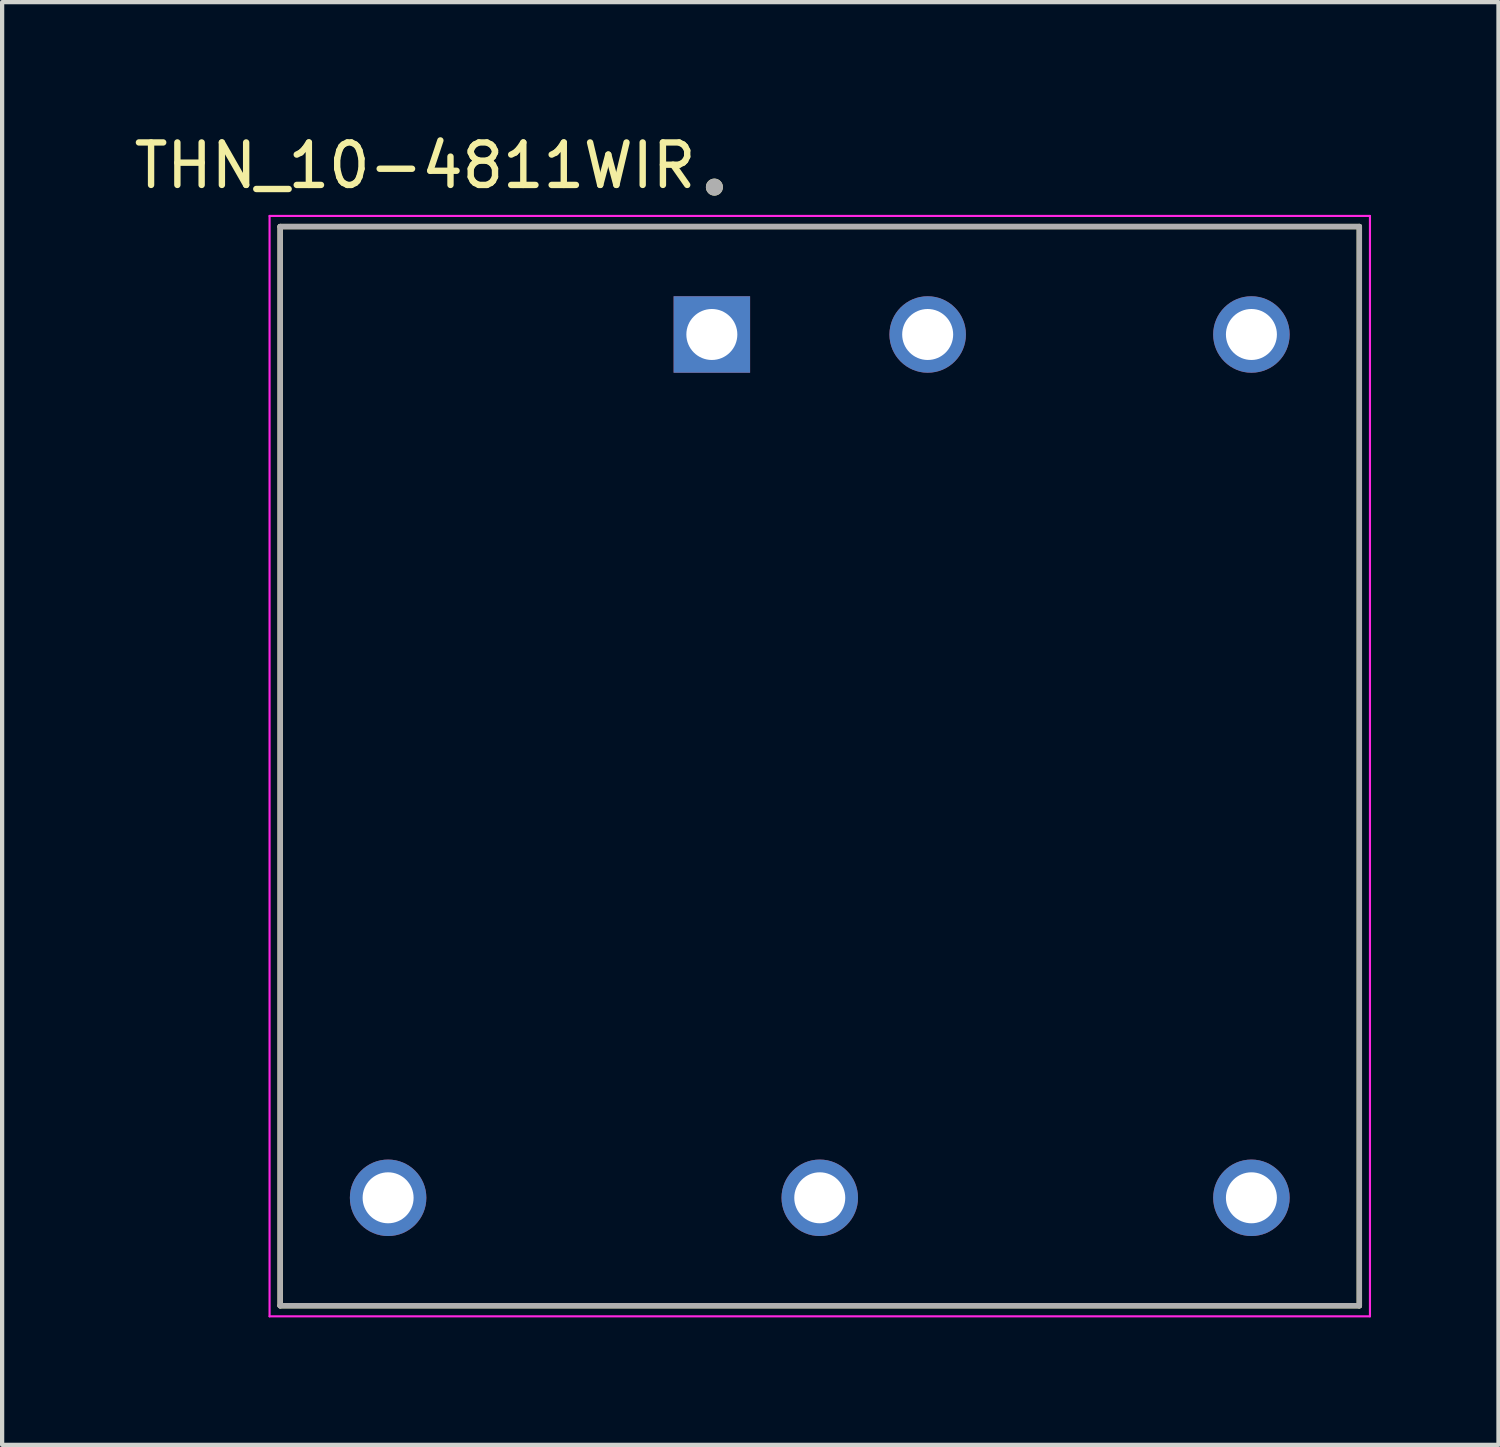
<source format=kicad_pcb>
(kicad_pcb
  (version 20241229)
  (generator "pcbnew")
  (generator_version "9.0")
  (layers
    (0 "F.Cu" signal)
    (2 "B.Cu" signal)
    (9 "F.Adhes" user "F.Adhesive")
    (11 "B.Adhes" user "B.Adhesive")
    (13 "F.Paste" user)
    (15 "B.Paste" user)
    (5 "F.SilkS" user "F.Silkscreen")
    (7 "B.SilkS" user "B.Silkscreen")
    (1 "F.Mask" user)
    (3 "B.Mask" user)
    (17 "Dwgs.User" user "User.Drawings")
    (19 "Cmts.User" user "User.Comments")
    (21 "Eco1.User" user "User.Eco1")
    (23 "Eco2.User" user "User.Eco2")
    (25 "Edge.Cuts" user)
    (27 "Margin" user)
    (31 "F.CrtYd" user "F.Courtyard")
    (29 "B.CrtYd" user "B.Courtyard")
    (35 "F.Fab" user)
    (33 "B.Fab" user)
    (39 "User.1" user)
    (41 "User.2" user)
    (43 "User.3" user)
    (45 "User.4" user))
  (footprint "THN_10-4811WIR"
    (layer "F.Cu")
    (at 16.245 14.983)
    (property "Reference" "THN_10-4811WIR" (at -9.525 -14.135 0) (layer "F.SilkS") (effects (font (size 1 1) (thickness 0.15))))
    (attr through_hole)
    (fp_line (start -12.7 -12.7) (end 12.7 -12.7) (stroke (width 0.127) (type solid)) (layer "F.SilkS"))
    (fp_line (start -12.7 12.7) (end -12.7 -12.7) (stroke (width 0.127) (type solid)) (layer "F.SilkS"))
    (fp_line (start -12.7 12.7) (end 12.7 12.7) (stroke (width 0.127) (type solid)) (layer "F.SilkS"))
    (fp_line (start 12.7 12.7) (end 12.7 -12.7) (stroke (width 0.127) (type solid)) (layer "F.SilkS"))
    (fp_circle (center -2.48 -13.629) (end -2.38 -13.629) (stroke (width 0.2) (type solid)) (fill no) (layer "F.SilkS"))
    (fp_line (start -12.95 -12.95) (end 12.95 -12.95) (stroke (width 0.05) (type solid)) (layer "F.CrtYd"))
    (fp_line (start -12.95 12.95) (end -12.95 -12.95) (stroke (width 0.05) (type solid)) (layer "F.CrtYd"))
    (fp_line (start -12.95 12.95) (end 12.95 12.95) (stroke (width 0.05) (type solid)) (layer "F.CrtYd"))
    (fp_line (start 12.95 12.95) (end 12.95 -12.95) (stroke (width 0.05) (type solid)) (layer "F.CrtYd"))
    (fp_line (start -12.7 -12.7) (end 12.7 -12.7) (stroke (width 0.127) (type solid)) (layer "F.Fab"))
    (fp_line (start -12.7 12.7) (end -12.7 -12.7) (stroke (width 0.127) (type solid)) (layer "F.Fab"))
    (fp_line (start -12.7 12.7) (end 12.7 12.7) (stroke (width 0.127) (type solid)) (layer "F.Fab"))
    (fp_line (start 12.7 12.7) (end 12.7 -12.7) (stroke (width 0.127) (type solid)) (layer "F.Fab"))
    (fp_circle (center -2.48 -13.629) (end -2.38 -13.629) (stroke (width 0.2) (type solid)) (fill no) (layer "F.Fab"))
    (pad "1" thru_hole rect (at -2.54 -10.16) (size 1.8 1.8) (drill 1.2) (layers "*.Cu" "*.Mask"))
    (pad "2" thru_hole circle (at 2.54 -10.16) (size 1.8 1.8) (drill 1.2) (layers "*.Cu" "*.Mask"))
    (pad "3" thru_hole circle (at 10.16 -10.16) (size 1.8 1.8) (drill 1.2) (layers "*.Cu" "*.Mask"))
    (pad "4" thru_hole circle (at -10.16 10.16) (size 1.8 1.8) (drill 1.2) (layers "*.Cu" "*.Mask"))
    (pad "5" thru_hole circle (at 0 10.16) (size 1.8 1.8) (drill 1.2) (layers "*.Cu" "*.Mask"))
    (pad "6" thru_hole circle (at 10.16 10.16) (size 1.8 1.8) (drill 1.2) (layers "*.Cu" "*.Mask")))
  (gr_rect
    (start -3 -3)
    (end 32.22 30.958)
    (stroke (width 0.1) (type default))
    (fill no)
    (layer "Edge.Cuts")))
</source>
